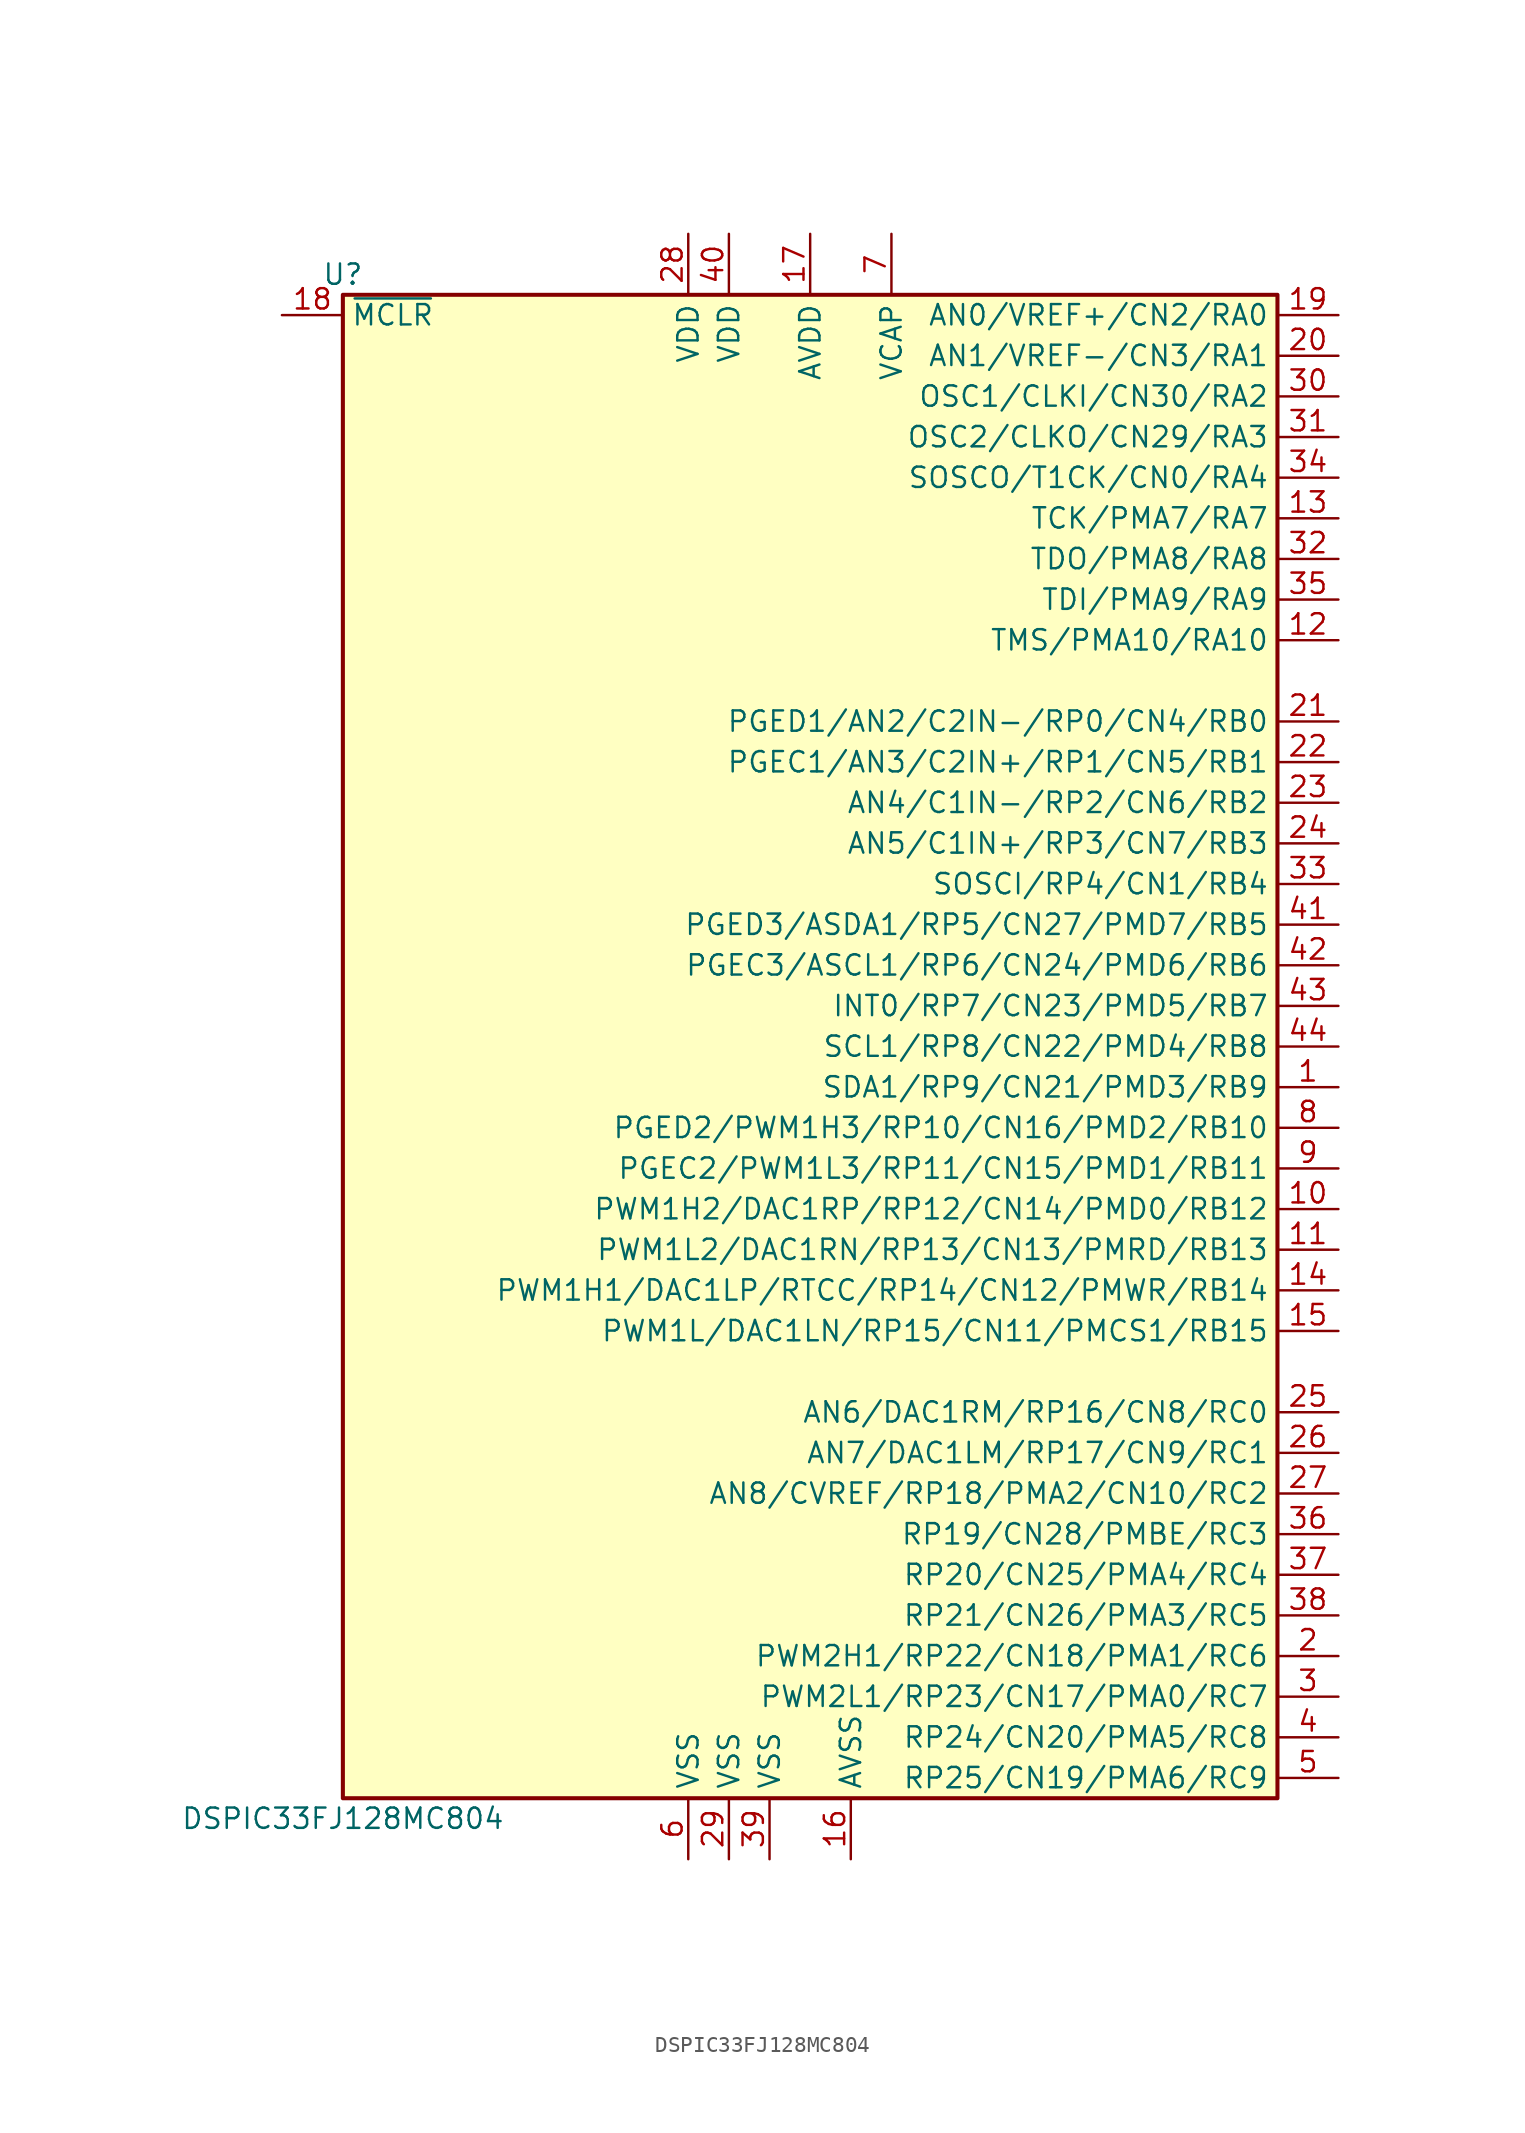
<source format=kicad_sym>
(kicad_symbol_lib
  (version 20200908)
  (generator kicad_symbol_editor)
  (symbol "DSP_Microchip_DSPIC33:DSPIC33FJ128MC804"
    (property "Reference" "U"
      (at -29.21 48.26 0)
      (effects (font (size 1.27 1.27))))
    (property "Value" "DSPIC33FJ128MC804"
      (at -29.21 -48.26 0)
      (effects (font (size 1.27 1.27))))
    (symbol "DSPIC33FJ128MC804_1_1"
      (rectangle (start -29.21 46.99) (end 29.21 -46.99) (stroke (width 0.254)) (fill (type background)))
      (pin bidirectional line (at 33.02 -2.54 180) (length 3.81) (name "SDA1/RP9/CN21/PMD3/RB9" (effects (font (size 1.27 1.27)))) (number "1" (effects (font (size 1.27 1.27)))))
      (pin bidirectional line (at 33.02 -10.16 180) (length 3.81) (name "PWM1H2/DAC1RP/RP12/CN14/PMD0/RB12" (effects (font (size 1.27 1.27)))) (number "10" (effects (font (size 1.27 1.27)))))
      (pin bidirectional line (at 33.02 -12.7 180) (length 3.81) (name "PWM1L2/DAC1RN/RP13/CN13/PMRD/RB13" (effects (font (size 1.27 1.27)))) (number "11" (effects (font (size 1.27 1.27)))))
      (pin bidirectional line (at 33.02 25.4 180) (length 3.81) (name "TMS/PMA10/RA10" (effects (font (size 1.27 1.27)))) (number "12" (effects (font (size 1.27 1.27)))))
      (pin bidirectional line (at 33.02 33.02 180) (length 3.81) (name "TCK/PMA7/RA7" (effects (font (size 1.27 1.27)))) (number "13" (effects (font (size 1.27 1.27)))))
      (pin bidirectional line (at 33.02 -15.24 180) (length 3.81) (name "PWM1H1/DAC1LP/RTCC/RP14/CN12/PMWR/RB14" (effects (font (size 1.27 1.27)))) (number "14" (effects (font (size 1.27 1.27)))))
      (pin bidirectional line (at 33.02 -17.78 180) (length 3.81) (name "PWM1L/DAC1LN/RP15/CN11/PMCS1/RB15" (effects (font (size 1.27 1.27)))) (number "15" (effects (font (size 1.27 1.27)))))
      (pin power_in line (at 2.54 -50.8 90) (length 3.81) (name "AVSS" (effects (font (size 1.27 1.27)))) (number "16" (effects (font (size 1.27 1.27)))))
      (pin power_in line (at 0 50.8 270) (length 3.81) (name "AVDD" (effects (font (size 1.27 1.27)))) (number "17" (effects (font (size 1.27 1.27)))))
      (pin input line (at -33.02 45.72 0) (length 3.81) (name "~MCLR" (effects (font (size 1.27 1.27)))) (number "18" (effects (font (size 1.27 1.27)))))
      (pin bidirectional line (at 33.02 45.72 180) (length 3.81) (name "AN0/VREF+/CN2/RA0" (effects (font (size 1.27 1.27)))) (number "19" (effects (font (size 1.27 1.27)))))
      (pin bidirectional line (at 33.02 -38.1 180) (length 3.81) (name "PWM2H1/RP22/CN18/PMA1/RC6" (effects (font (size 1.27 1.27)))) (number "2" (effects (font (size 1.27 1.27)))))
      (pin bidirectional line (at 33.02 43.18 180) (length 3.81) (name "AN1/VREF-/CN3/RA1" (effects (font (size 1.27 1.27)))) (number "20" (effects (font (size 1.27 1.27)))))
      (pin bidirectional line (at 33.02 20.32 180) (length 3.81) (name "PGED1/AN2/C2IN-/RP0/CN4/RB0" (effects (font (size 1.27 1.27)))) (number "21" (effects (font (size 1.27 1.27)))))
      (pin bidirectional line (at 33.02 17.78 180) (length 3.81) (name "PGEC1/AN3/C2IN+/RP1/CN5/RB1" (effects (font (size 1.27 1.27)))) (number "22" (effects (font (size 1.27 1.27)))))
      (pin bidirectional line (at 33.02 15.24 180) (length 3.81) (name "AN4/C1IN-/RP2/CN6/RB2" (effects (font (size 1.27 1.27)))) (number "23" (effects (font (size 1.27 1.27)))))
      (pin bidirectional line (at 33.02 12.7 180) (length 3.81) (name "AN5/C1IN+/RP3/CN7/RB3" (effects (font (size 1.27 1.27)))) (number "24" (effects (font (size 1.27 1.27)))))
      (pin bidirectional line (at 33.02 -22.86 180) (length 3.81) (name "AN6/DAC1RM/RP16/CN8/RC0" (effects (font (size 1.27 1.27)))) (number "25" (effects (font (size 1.27 1.27)))))
      (pin bidirectional line (at 33.02 -25.4 180) (length 3.81) (name "AN7/DAC1LM/RP17/CN9/RC1" (effects (font (size 1.27 1.27)))) (number "26" (effects (font (size 1.27 1.27)))))
      (pin bidirectional line (at 33.02 -27.94 180) (length 3.81) (name "AN8/CVREF/RP18/PMA2/CN10/RC2" (effects (font (size 1.27 1.27)))) (number "27" (effects (font (size 1.27 1.27)))))
      (pin power_in line (at -7.62 50.8 270) (length 3.81) (name "VDD" (effects (font (size 1.27 1.27)))) (number "28" (effects (font (size 1.27 1.27)))))
      (pin power_in line (at -5.08 -50.8 90) (length 3.81) (name "VSS" (effects (font (size 1.27 1.27)))) (number "29" (effects (font (size 1.27 1.27)))))
      (pin bidirectional line (at 33.02 -40.64 180) (length 3.81) (name "PWM2L1/RP23/CN17/PMA0/RC7" (effects (font (size 1.27 1.27)))) (number "3" (effects (font (size 1.27 1.27)))))
      (pin input line (at 33.02 40.64 180) (length 3.81) (name "OSC1/CLKI/CN30/RA2" (effects (font (size 1.27 1.27)))) (number "30" (effects (font (size 1.27 1.27)))))
      (pin input line (at 33.02 38.1 180) (length 3.81) (name "OSC2/CLKO/CN29/RA3" (effects (font (size 1.27 1.27)))) (number "31" (effects (font (size 1.27 1.27)))))
      (pin input line (at 33.02 30.48 180) (length 3.81) (name "TDO/PMA8/RA8" (effects (font (size 1.27 1.27)))) (number "32" (effects (font (size 1.27 1.27)))))
      (pin input line (at 33.02 10.16 180) (length 3.81) (name "SOSCI/RP4/CN1/RB4" (effects (font (size 1.27 1.27)))) (number "33" (effects (font (size 1.27 1.27)))))
      (pin input line (at 33.02 35.56 180) (length 3.81) (name "SOSCO/T1CK/CN0/RA4" (effects (font (size 1.27 1.27)))) (number "34" (effects (font (size 1.27 1.27)))))
      (pin input line (at 33.02 27.94 180) (length 3.81) (name "TDI/PMA9/RA9" (effects (font (size 1.27 1.27)))) (number "35" (effects (font (size 1.27 1.27)))))
      (pin input line (at 33.02 -30.48 180) (length 3.81) (name "RP19/CN28/PMBE/RC3" (effects (font (size 1.27 1.27)))) (number "36" (effects (font (size 1.27 1.27)))))
      (pin input line (at 33.02 -33.02 180) (length 3.81) (name "RP20/CN25/PMA4/RC4" (effects (font (size 1.27 1.27)))) (number "37" (effects (font (size 1.27 1.27)))))
      (pin input line (at 33.02 -35.56 180) (length 3.81) (name "RP21/CN26/PMA3/RC5" (effects (font (size 1.27 1.27)))) (number "38" (effects (font (size 1.27 1.27)))))
      (pin power_in line (at -2.54 -50.8 90) (length 3.81) (name "VSS" (effects (font (size 1.27 1.27)))) (number "39" (effects (font (size 1.27 1.27)))))
      (pin bidirectional line (at 33.02 -43.18 180) (length 3.81) (name "RP24/CN20/PMA5/RC8" (effects (font (size 1.27 1.27)))) (number "4" (effects (font (size 1.27 1.27)))))
      (pin power_in line (at -5.08 50.8 270) (length 3.81) (name "VDD" (effects (font (size 1.27 1.27)))) (number "40" (effects (font (size 1.27 1.27)))))
      (pin input line (at 33.02 7.62 180) (length 3.81) (name "PGED3/ASDA1/RP5/CN27/PMD7/RB5" (effects (font (size 1.27 1.27)))) (number "41" (effects (font (size 1.27 1.27)))))
      (pin input line (at 33.02 5.08 180) (length 3.81) (name "PGEC3/ASCL1/RP6/CN24/PMD6/RB6" (effects (font (size 1.27 1.27)))) (number "42" (effects (font (size 1.27 1.27)))))
      (pin input line (at 33.02 2.54 180) (length 3.81) (name "INT0/RP7/CN23/PMD5/RB7" (effects (font (size 1.27 1.27)))) (number "43" (effects (font (size 1.27 1.27)))))
      (pin input line (at 33.02 0 180) (length 3.81) (name "SCL1/RP8/CN22/PMD4/RB8" (effects (font (size 1.27 1.27)))) (number "44" (effects (font (size 1.27 1.27)))))
      (pin bidirectional line (at 33.02 -45.72 180) (length 3.81) (name "RP25/CN19/PMA6/RC9" (effects (font (size 1.27 1.27)))) (number "5" (effects (font (size 1.27 1.27)))))
      (pin power_in line (at -7.62 -50.8 90) (length 3.81) (name "VSS" (effects (font (size 1.27 1.27)))) (number "6" (effects (font (size 1.27 1.27)))))
      (pin power_in line (at 5.08 50.8 270) (length 3.81) (name "VCAP" (effects (font (size 1.27 1.27)))) (number "7" (effects (font (size 1.27 1.27)))))
      (pin bidirectional line (at 33.02 -5.08 180) (length 3.81) (name "PGED2/PWM1H3/RP10/CN16/PMD2/RB10" (effects (font (size 1.27 1.27)))) (number "8" (effects (font (size 1.27 1.27)))))
      (pin bidirectional line (at 33.02 -7.62 180) (length 3.81) (name "PGEC2/PWM1L3/RP11/CN15/PMD1/RB11" (effects (font (size 1.27 1.27)))) (number "9" (effects (font (size 1.27 1.27))))))))
</source>
